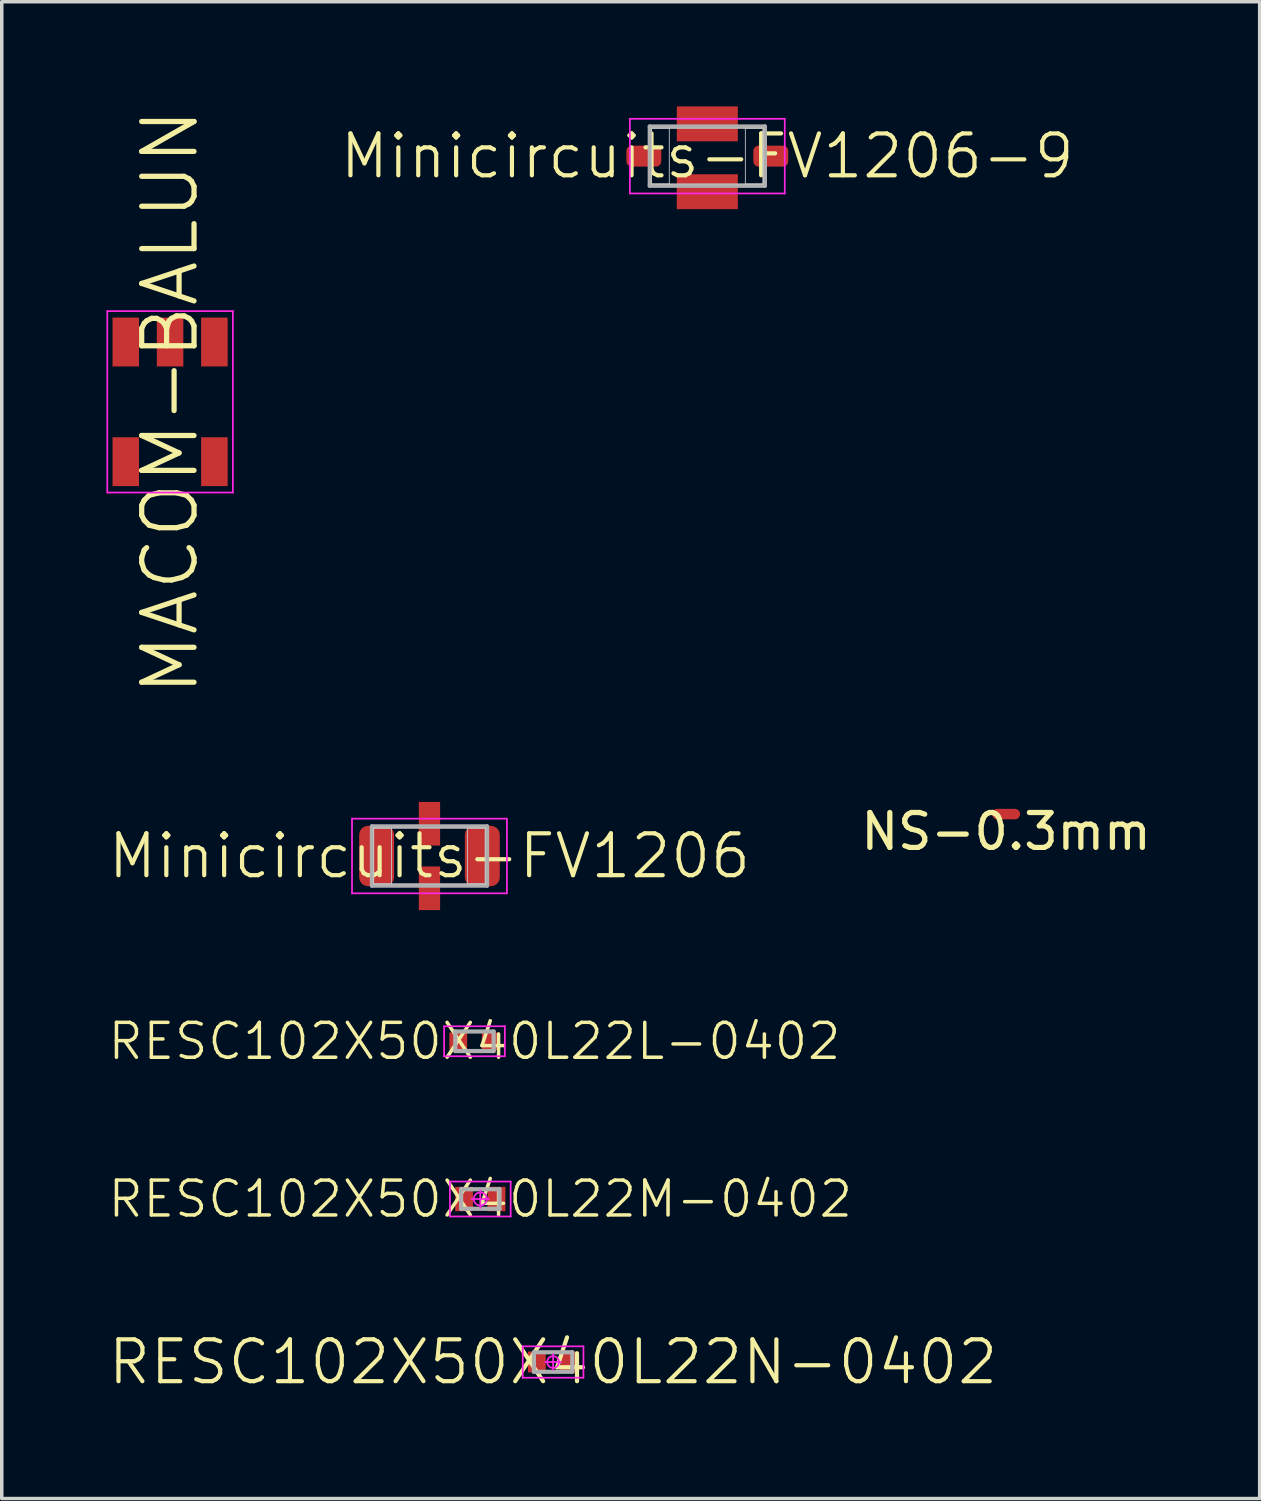
<source format=kicad_pcb>
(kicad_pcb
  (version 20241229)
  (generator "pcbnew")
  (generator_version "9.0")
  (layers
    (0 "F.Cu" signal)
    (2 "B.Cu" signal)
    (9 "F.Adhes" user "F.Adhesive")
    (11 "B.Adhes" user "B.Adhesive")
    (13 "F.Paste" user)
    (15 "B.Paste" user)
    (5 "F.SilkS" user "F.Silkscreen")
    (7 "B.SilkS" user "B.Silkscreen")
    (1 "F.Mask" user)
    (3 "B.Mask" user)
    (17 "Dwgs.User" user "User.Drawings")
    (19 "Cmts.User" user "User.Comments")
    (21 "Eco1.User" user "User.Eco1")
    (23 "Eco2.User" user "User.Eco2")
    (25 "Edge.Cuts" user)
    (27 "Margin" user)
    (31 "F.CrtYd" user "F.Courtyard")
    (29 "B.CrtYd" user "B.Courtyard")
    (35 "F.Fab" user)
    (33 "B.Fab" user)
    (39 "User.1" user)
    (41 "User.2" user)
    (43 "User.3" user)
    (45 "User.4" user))
  (footprint "RESC102X50X40L22M-0402"
    (layer "F.Cu")
    (at 10.717 31.317)
    (property "Reference" "RESC102X50X40L22M-0402" (at 0 0 0) (layer "F.SilkS") (effects (font (size 1 1) (thickness 0.1))))
    (attr smd)
    (fp_line (start -0.87 -0.5) (end 0.87 -0.5) (stroke (width 0.05) (type solid)) (layer "F.CrtYd"))
    (fp_line (start -0.87 0.5) (end -0.87 -0.5) (stroke (width 0.05) (type solid)) (layer "F.CrtYd"))
    (fp_line (start 0 -0.25) (end 0 0.25) (stroke (width 0.05) (type solid)) (layer "F.CrtYd"))
    (fp_line (start 0.25 0) (end -0.25 0) (stroke (width 0.05) (type solid)) (layer "F.CrtYd"))
    (fp_line (start 0.87 -0.5) (end 0.87 0.5) (stroke (width 0.05) (type solid)) (layer "F.CrtYd"))
    (fp_line (start 0.87 0.5) (end -0.87 0.5) (stroke (width 0.05) (type solid)) (layer "F.CrtYd"))
    (fp_circle (center 0 0) (end 0 0.188) (stroke (width 0.05) (type solid)) (fill no) (layer "F.CrtYd"))
    (fp_line (start -0.55 -0.28) (end 0.55 -0.28) (stroke (width 0.12) (type solid)) (layer "F.Fab"))
    (fp_line (start -0.55 0.28) (end -0.55 -0.28) (stroke (width 0.12) (type solid)) (layer "F.Fab"))
    (fp_line (start 0.55 -0.28) (end 0.55 0.28) (stroke (width 0.12) (type solid)) (layer "F.Fab"))
    (fp_line (start 0.55 0.28) (end -0.55 0.28) (stroke (width 0.12) (type solid)) (layer "F.Fab"))
    (pad "1" smd rect (at -0.465 0) (size 0.51 0.7) (layers "F.Cu" "F.Mask" "F.Paste"))
    (pad "2" smd rect (at 0.465 0) (size 0.51 0.7) (layers "F.Cu" "F.Mask" "F.Paste")))
  (footprint "Minicircuits-FV1206"
    (layer "F.Cu")
    (at 9.26 21.486)
    (property "Reference" "Minicircuits-FV1206" (at 0 0 0) (layer "F.SilkS") (effects (font (size 1.2 1.2) (thickness 0.12))))
    (attr smd)
    (fp_line (start -1.6 -0.8) (end -1.09 -0.8) (stroke (width 0.025) (type solid)) (layer "Dwgs.User"))
    (fp_line (start -1.6 -0.8) (end 1.6 -0.8) (stroke (width 0.025) (type solid)) (layer "Dwgs.User"))
    (fp_line (start -1.6 0.8) (end -1.6 -0.8) (stroke (width 0.025) (type solid)) (layer "Dwgs.User"))
    (fp_line (start -1.6 0.8) (end -1.6 -0.8) (stroke (width 0.025) (type solid)) (layer "Dwgs.User"))
    (fp_line (start -1.09 -0.8) (end -1.09 0.8) (stroke (width 0.025) (type solid)) (layer "Dwgs.User"))
    (fp_line (start -1.09 0.8) (end -1.6 0.8) (stroke (width 0.025) (type solid)) (layer "Dwgs.User"))
    (fp_line (start 1.09 -0.8) (end 1.6 -0.8) (stroke (width 0.025) (type solid)) (layer "Dwgs.User"))
    (fp_line (start 1.09 0.8) (end 1.09 -0.8) (stroke (width 0.025) (type solid)) (layer "Dwgs.User"))
    (fp_line (start 1.6 -0.8) (end 1.6 0.8) (stroke (width 0.025) (type solid)) (layer "Dwgs.User"))
    (fp_line (start 1.6 -0.8) (end 1.6 0.8) (stroke (width 0.025) (type solid)) (layer "Dwgs.User"))
    (fp_line (start 1.6 0.8) (end -1.6 0.8) (stroke (width 0.025) (type solid)) (layer "Dwgs.User"))
    (fp_line (start 1.6 0.8) (end 1.09 0.8) (stroke (width 0.025) (type solid)) (layer "Dwgs.User"))
    (fp_line (start -2.22 -1.07) (end 2.22 -1.07) (stroke (width 0.05) (type solid)) (layer "F.CrtYd"))
    (fp_line (start -2.22 1.07) (end -2.22 -1.07) (stroke (width 0.05) (type solid)) (layer "F.CrtYd"))
    (fp_line (start 2.22 -1.07) (end 2.22 1.07) (stroke (width 0.05) (type solid)) (layer "F.CrtYd"))
    (fp_line (start 2.22 1.07) (end -2.22 1.07) (stroke (width 0.05) (type solid)) (layer "F.CrtYd"))
    (fp_line (start -1.65 -0.85) (end 1.65 -0.85) (stroke (width 0.12) (type solid)) (layer "F.Fab"))
    (fp_line (start -1.65 0.85) (end -1.65 -0.85) (stroke (width 0.12) (type solid)) (layer "F.Fab"))
    (fp_line (start 1.65 -0.85) (end 1.65 0.85) (stroke (width 0.12) (type solid)) (layer "F.Fab"))
    (fp_line (start 1.65 0.85) (end -1.65 0.85) (stroke (width 0.12) (type solid)) (layer "F.Fab"))
    (pad "1" smd roundrect (at -1.515 0) (size 1 1.73) (layers "F.Cu" "F.Mask" "F.Paste") (roundrect_rratio 0.25))
    (pad "2" smd roundrect (at 1.515 0) (size 1 1.73) (layers "F.Cu" "F.Mask" "F.Paste") (roundrect_rratio 0.25))
    (pad "3" smd rect (at 0 -0.925) (size 0.61 1.25) (layers "F.Cu" "F.Mask" "F.Paste"))
    (pad "3" smd rect (at 0 0.925) (size 0.61 1.25) (layers "F.Cu" "F.Mask" "F.Paste")))
  (footprint "Minicircuits-FV1206-9"
    (layer "F.Cu")
    (at 17.224 1.425)
    (property "Reference" "Minicircuits-FV1206-9" (at 0 0 0) (layer "F.SilkS") (effects (font (size 1.2 1.2) (thickness 0.12))))
    (attr smd)
    (fp_line (start -1.6 -0.8) (end -1.09 -0.8) (stroke (width 0.025) (type solid)) (layer "Dwgs.User"))
    (fp_line (start -1.6 -0.8) (end 1.6 -0.8) (stroke (width 0.025) (type solid)) (layer "Dwgs.User"))
    (fp_line (start -1.6 0.8) (end -1.6 -0.8) (stroke (width 0.025) (type solid)) (layer "Dwgs.User"))
    (fp_line (start -1.6 0.8) (end -1.6 -0.8) (stroke (width 0.025) (type solid)) (layer "Dwgs.User"))
    (fp_line (start -1.09 -0.8) (end -1.09 0.8) (stroke (width 0.025) (type solid)) (layer "Dwgs.User"))
    (fp_line (start -1.09 0.8) (end -1.6 0.8) (stroke (width 0.025) (type solid)) (layer "Dwgs.User"))
    (fp_line (start 1.09 -0.8) (end 1.6 -0.8) (stroke (width 0.025) (type solid)) (layer "Dwgs.User"))
    (fp_line (start 1.09 0.8) (end 1.09 -0.8) (stroke (width 0.025) (type solid)) (layer "Dwgs.User"))
    (fp_line (start 1.6 -0.8) (end 1.6 0.8) (stroke (width 0.025) (type solid)) (layer "Dwgs.User"))
    (fp_line (start 1.6 -0.8) (end 1.6 0.8) (stroke (width 0.025) (type solid)) (layer "Dwgs.User"))
    (fp_line (start 1.6 0.8) (end -1.6 0.8) (stroke (width 0.025) (type solid)) (layer "Dwgs.User"))
    (fp_line (start 1.6 0.8) (end 1.09 0.8) (stroke (width 0.025) (type solid)) (layer "Dwgs.User"))
    (fp_line (start -2.22 -1.07) (end 2.22 -1.07) (stroke (width 0.05) (type solid)) (layer "F.CrtYd"))
    (fp_line (start -2.22 1.07) (end -2.22 -1.07) (stroke (width 0.05) (type solid)) (layer "F.CrtYd"))
    (fp_line (start 2.22 -1.07) (end 2.22 1.07) (stroke (width 0.05) (type solid)) (layer "F.CrtYd"))
    (fp_line (start 2.22 1.07) (end -2.22 1.07) (stroke (width 0.05) (type solid)) (layer "F.CrtYd"))
    (fp_line (start -1.65 -0.85) (end 1.65 -0.85) (stroke (width 0.12) (type solid)) (layer "F.Fab"))
    (fp_line (start -1.65 0.85) (end -1.65 -0.85) (stroke (width 0.12) (type solid)) (layer "F.Fab"))
    (fp_line (start 1.65 -0.85) (end 1.65 0.85) (stroke (width 0.12) (type solid)) (layer "F.Fab"))
    (fp_line (start 1.65 0.85) (end -1.65 0.85) (stroke (width 0.12) (type solid)) (layer "F.Fab"))
    (pad "1" smd roundrect (at -1.82 0) (size 1 0.6) (layers "F.Cu" "F.Mask" "F.Paste") (roundrect_rratio 0.25))
    (pad "2" smd roundrect (at 1.82 0) (size 1 0.6) (layers "F.Cu" "F.Mask" "F.Paste") (roundrect_rratio 0.25))
    (pad "3" smd rect (at 0 -0.925) (size 1.75 1) (layers "F.Cu" "F.Mask" "F.Paste"))
    (pad "3" smd rect (at 0 1.02) (size 1.75 1) (layers "F.Cu" "F.Mask" "F.Paste")))
  (footprint "RESC102X50X40L22N-0402"
    (layer "F.Cu")
    (at 12.803 35.99)
    (property "Reference" "RESC102X50X40L22N-0402" (at 0 0 0) (layer "F.SilkS") (effects (font (size 1.2 1.2) (thickness 0.12))))
    (attr smd)
    (fp_line (start -0.87 -0.45) (end 0.87 -0.45) (stroke (width 0.05) (type solid)) (layer "F.CrtYd"))
    (fp_line (start -0.87 0.45) (end -0.87 -0.45) (stroke (width 0.05) (type solid)) (layer "F.CrtYd"))
    (fp_line (start 0 -0.225) (end 0 0.225) (stroke (width 0.05) (type solid)) (layer "F.CrtYd"))
    (fp_line (start 0.225 0) (end -0.225 0) (stroke (width 0.05) (type solid)) (layer "F.CrtYd"))
    (fp_line (start 0.87 -0.45) (end 0.87 0.45) (stroke (width 0.05) (type solid)) (layer "F.CrtYd"))
    (fp_line (start 0.87 0.45) (end -0.87 0.45) (stroke (width 0.05) (type solid)) (layer "F.CrtYd"))
    (fp_circle (center 0 0) (end 0 0.169) (stroke (width 0.05) (type solid)) (fill no) (layer "F.CrtYd"))
    (fp_line (start -0.55 -0.28) (end 0.55 -0.28) (stroke (width 0.12) (type solid)) (layer "F.Fab"))
    (fp_line (start -0.55 0.28) (end -0.55 -0.28) (stroke (width 0.12) (type solid)) (layer "F.Fab"))
    (fp_line (start 0.55 -0.28) (end 0.55 0.28) (stroke (width 0.12) (type solid)) (layer "F.Fab"))
    (fp_line (start 0.55 0.28) (end -0.55 0.28) (stroke (width 0.12) (type solid)) (layer "F.Fab"))
    (pad "1" smd rect (at -0.465 0) (size 0.51 0.6) (layers "F.Cu" "F.Mask" "F.Paste"))
    (pad "2" smd rect (at 0.465 0) (size 0.51 0.6) (layers "F.Cu" "F.Mask" "F.Paste")))
  (footprint "RESC102X50X40L22L-0402"
    (layer "F.Cu")
    (at 10.55 26.796)
    (property "Reference" "RESC102X50X40L22L-0402" (at 0 0 0) (layer "F.SilkS") (effects (font (size 1 1) (thickness 0.1))))
    (attr smd)
    (fp_line (start -0.87 -0.43) (end 0.87 -0.43) (stroke (width 0.05) (type solid)) (layer "F.CrtYd"))
    (fp_line (start -0.87 0.43) (end -0.87 -0.43) (stroke (width 0.05) (type solid)) (layer "F.CrtYd"))
    (fp_line (start 0.87 -0.43) (end 0.87 0.43) (stroke (width 0.05) (type solid)) (layer "F.CrtYd"))
    (fp_line (start 0.87 0.43) (end -0.87 0.43) (stroke (width 0.05) (type solid)) (layer "F.CrtYd"))
    (fp_line (start -0.55 -0.28) (end 0.55 -0.28) (stroke (width 0.12) (type solid)) (layer "F.Fab"))
    (fp_line (start -0.55 0.28) (end -0.55 -0.28) (stroke (width 0.12) (type solid)) (layer "F.Fab"))
    (fp_line (start 0.55 -0.28) (end 0.55 0.28) (stroke (width 0.12) (type solid)) (layer "F.Fab"))
    (fp_line (start 0.55 0.28) (end -0.55 0.28) (stroke (width 0.12) (type solid)) (layer "F.Fab"))
    (pad "1" smd rect (at -0.465 0) (size 0.51 0.5) (layers "F.Cu" "F.Mask" "F.Paste"))
    (pad "2" smd rect (at 0.465 0) (size 0.51 0.5) (layers "F.Cu" "F.Mask" "F.Paste")))
  (footprint "NS-0.3mm"
    (layer "F.Cu")
    (at 25.788 20.284)
    (property "Reference" "NS-0.3mm" (at 0 0.5 0) (layer "F.SilkS") (effects (font (size 1 1) (thickness 0.15))))
    (attr through_hole)
    (fp_line (start -0.25 0) (end 0.25 0) (stroke (width 0.3) (type solid)) (layer "F.Cu"))
    (pad "1" smd circle (at -0.25 0) (size 0.1 0.1) (layers "F.Cu"))
    (pad "2" smd circle (at 0.25 0) (size 0.1 0.1) (layers "F.Cu")))
  (footprint "MACOM-BALUN"
    (layer "F.Cu")
    (at 1.825 8.468)
    (property "Reference" "MACOM-BALUN" (at 0 0 90) (layer "F.SilkS") (effects (font (size 1.5 1.5) (thickness 0.15))))
    (attr smd)
    (fp_line (start -1.8 -2.6) (end 1.8 -2.6) (stroke (width 0.05) (type solid)) (layer "F.CrtYd"))
    (fp_line (start -1.8 2.6) (end -1.8 -2.6) (stroke (width 0.05) (type solid)) (layer "F.CrtYd"))
    (fp_line (start -1.8 2.6) (end 1.8 2.6) (stroke (width 0.05) (type solid)) (layer "F.CrtYd"))
    (fp_line (start 1.8 2.6) (end 1.8 -2.6) (stroke (width 0.05) (type solid)) (layer "F.CrtYd"))
    (pad "1" smd rect (at -1.27 -1.715) (size 0.76 1.4) (layers "F.Cu" "F.Mask" "F.Paste"))
    (pad "2" smd rect (at 0 -1.715) (size 0.76 1.4) (layers "F.Cu" "F.Mask" "F.Paste"))
    (pad "3" smd rect (at 1.27 -1.715) (size 0.76 1.4) (layers "F.Cu" "F.Mask" "F.Paste"))
    (pad "4" smd rect (at 1.27 1.715) (size 0.76 1.4) (layers "F.Cu" "F.Mask" "F.Paste"))
    (pad "5" smd rect (at -1.27 1.715) (size 0.76 1.4) (layers "F.Cu" "F.Mask" "F.Paste")))
  (gr_rect
    (start -3 -3)
    (end 33.056 39.903)
    (stroke (width 0.1) (type default))
    (fill no)
    (layer "Edge.Cuts")))
</source>
